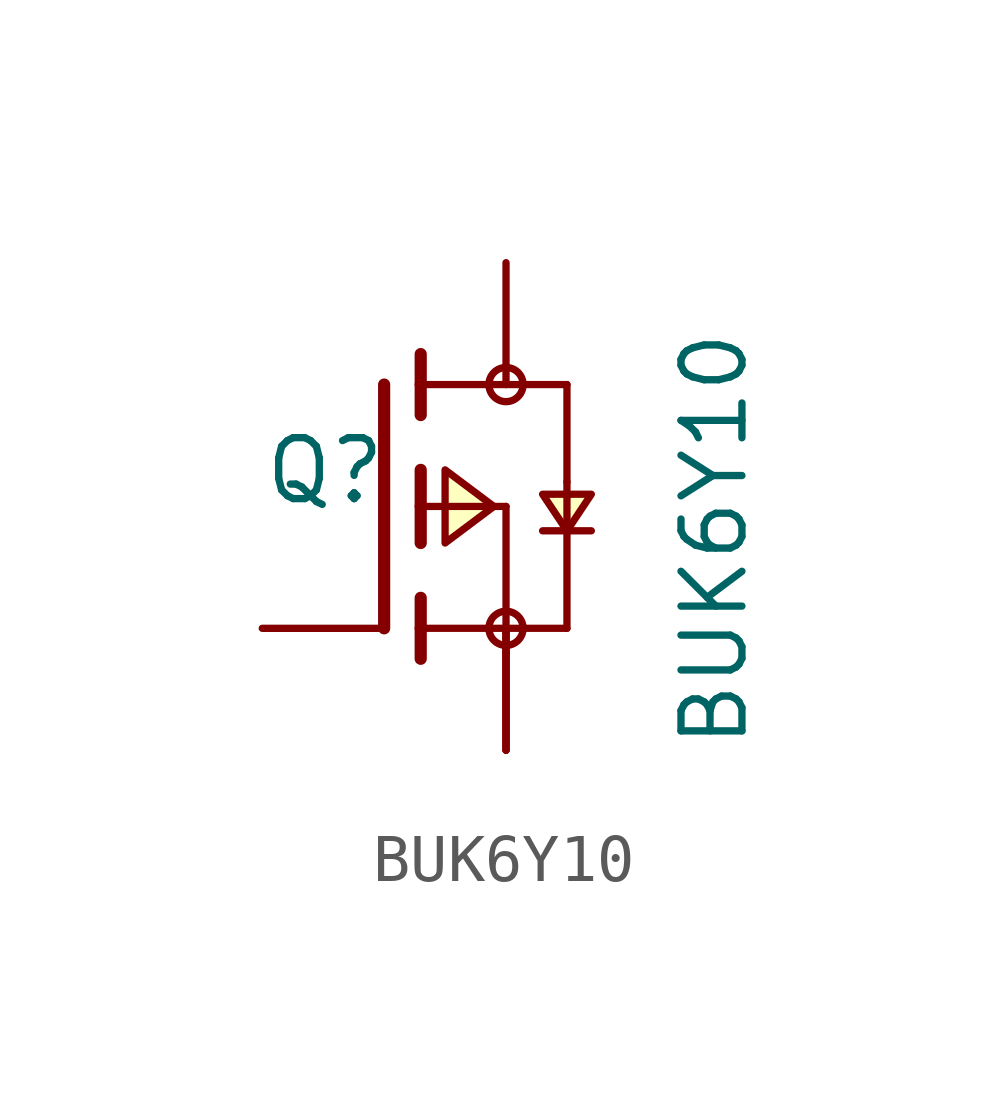
<source format=kicad_sym>
(kicad_symbol_lib
  (version 20211014)
  (generator kicad_symbol_editor)
  (symbol "BUK6Y10"
    (pin_numbers hide)
    (pin_names
      (offset 1.016) hide)
    (property "Reference" "Q"
      (at -5.08 0 0)
      (effects (font (size 1.27 1.27)) (justify left bottom)))
    (property "Value" "BUK6Y10"
      (at 5.08 -5.08 90)
      (effects (font (size 1.27 1.27)) (justify left bottom)))
    (property "ki_locked" ""
      (at 0 0 0)
      (effects (font (size 1.27 1.27))))
    (symbol "BUK6Y10_0_0"
      (circle (center 0 -2.54) (radius 0.356) (stroke (width 0) (type default) (color 0 0 0 0)) (fill (type none)))
      (polyline (pts (xy -2.54 2.54) (xy -2.54 -2.54)) (stroke (width 0.254) (type default) (color 0 0 0 0)) (fill (type none)))
      (polyline (pts (xy -1.778 -2.54) (xy -1.778 -3.175)) (stroke (width 0.254) (type default) (color 0 0 0 0)) (fill (type none)))
      (polyline (pts (xy -1.778 -1.905) (xy -1.778 -2.54)) (stroke (width 0.254) (type default) (color 0 0 0 0)) (fill (type none)))
      (polyline (pts (xy -1.778 0) (xy -1.778 -0.762)) (stroke (width 0.254) (type default) (color 0 0 0 0)) (fill (type none)))
      (polyline (pts (xy -1.778 0) (xy 0 0)) (stroke (width 0.152) (type default) (color 0 0 0 0)) (fill (type none)))
      (polyline (pts (xy -1.778 0.762) (xy -1.778 0)) (stroke (width 0.254) (type default) (color 0 0 0 0)) (fill (type none)))
      (polyline (pts (xy -1.778 2.54) (xy -1.778 1.905)) (stroke (width 0.254) (type default) (color 0 0 0 0)) (fill (type none)))
      (polyline (pts (xy -1.778 2.54) (xy 1.27 2.54)) (stroke (width 0.152) (type default) (color 0 0 0 0)) (fill (type none)))
      (polyline (pts (xy -1.778 3.175) (xy -1.778 2.54)) (stroke (width 0.254) (type default) (color 0 0 0 0)) (fill (type none)))
      (polyline (pts (xy 0 -2.54) (xy -1.778 -2.54)) (stroke (width 0.152) (type default) (color 0 0 0 0)) (fill (type none)))
      (polyline (pts (xy 0 -2.54) (xy 1.27 -2.54)) (stroke (width 0.152) (type default) (color 0 0 0 0)) (fill (type none)))
      (polyline (pts (xy 0 0) (xy 0 -2.54)) (stroke (width 0.152) (type default) (color 0 0 0 0)) (fill (type none)))
      (polyline (pts (xy 1.27 -0.508) (xy 0.762 -0.508)) (stroke (width 0.152) (type default) (color 0 0 0 0)) (fill (type none)))
      (polyline (pts (xy 1.27 0.508) (xy 1.27 -2.54)) (stroke (width 0.152) (type default) (color 0 0 0 0)) (fill (type none)))
      (polyline (pts (xy 1.27 2.54) (xy 1.27 0.508)) (stroke (width 0.152) (type default) (color 0 0 0 0)) (fill (type none)))
      (polyline (pts (xy 1.778 -0.508) (xy 1.27 -0.508)) (stroke (width 0.152) (type default) (color 0 0 0 0)) (fill (type none)))
      (polyline (pts (xy -0.254 0) (xy -1.27 -0.762) (xy -1.27 0.762) (xy -0.254 0)) (stroke (width 0.152) (type default) (color 0 0 0 0)) (fill (type background)))
      (polyline (pts (xy 1.27 -0.508) (xy 1.778 0.254) (xy 0.762 0.254) (xy 1.27 -0.508)) (stroke (width 0.152) (type default) (color 0 0 0 0)) (fill (type background)))
      (circle (center 0 2.54) (radius 0.356) (stroke (width 0) (type default) (color 0 0 0 0)) (fill (type none)))
      (pin passive line (at 0 -5.08 90) (length 2.54) (name "~" (effects (font (size 1.016 1.016)))) (number "1" (effects (font (size 1.016 1.016)))))
      (pin passive line (at 0 -5.08 90) (length 2.54) (name "~" (effects (font (size 1.016 1.016)))) (number "2" (effects (font (size 1.016 1.016)))))
      (pin passive line (at 0 -5.08 90) (length 2.54) (name "~" (effects (font (size 1.016 1.016)))) (number "3" (effects (font (size 1.016 1.016)))))
      (pin passive line (at -5.08 -2.54 0) (length 2.54) (name "~" (effects (font (size 1.016 1.016)))) (number "4" (effects (font (size 1.016 1.016)))))
      (pin passive line (at 0 5.08 270) (length 2.54) (name "~" (effects (font (size 1.016 1.016)))) (number "5" (effects (font (size 1.016 1.016))))))))
</source>
